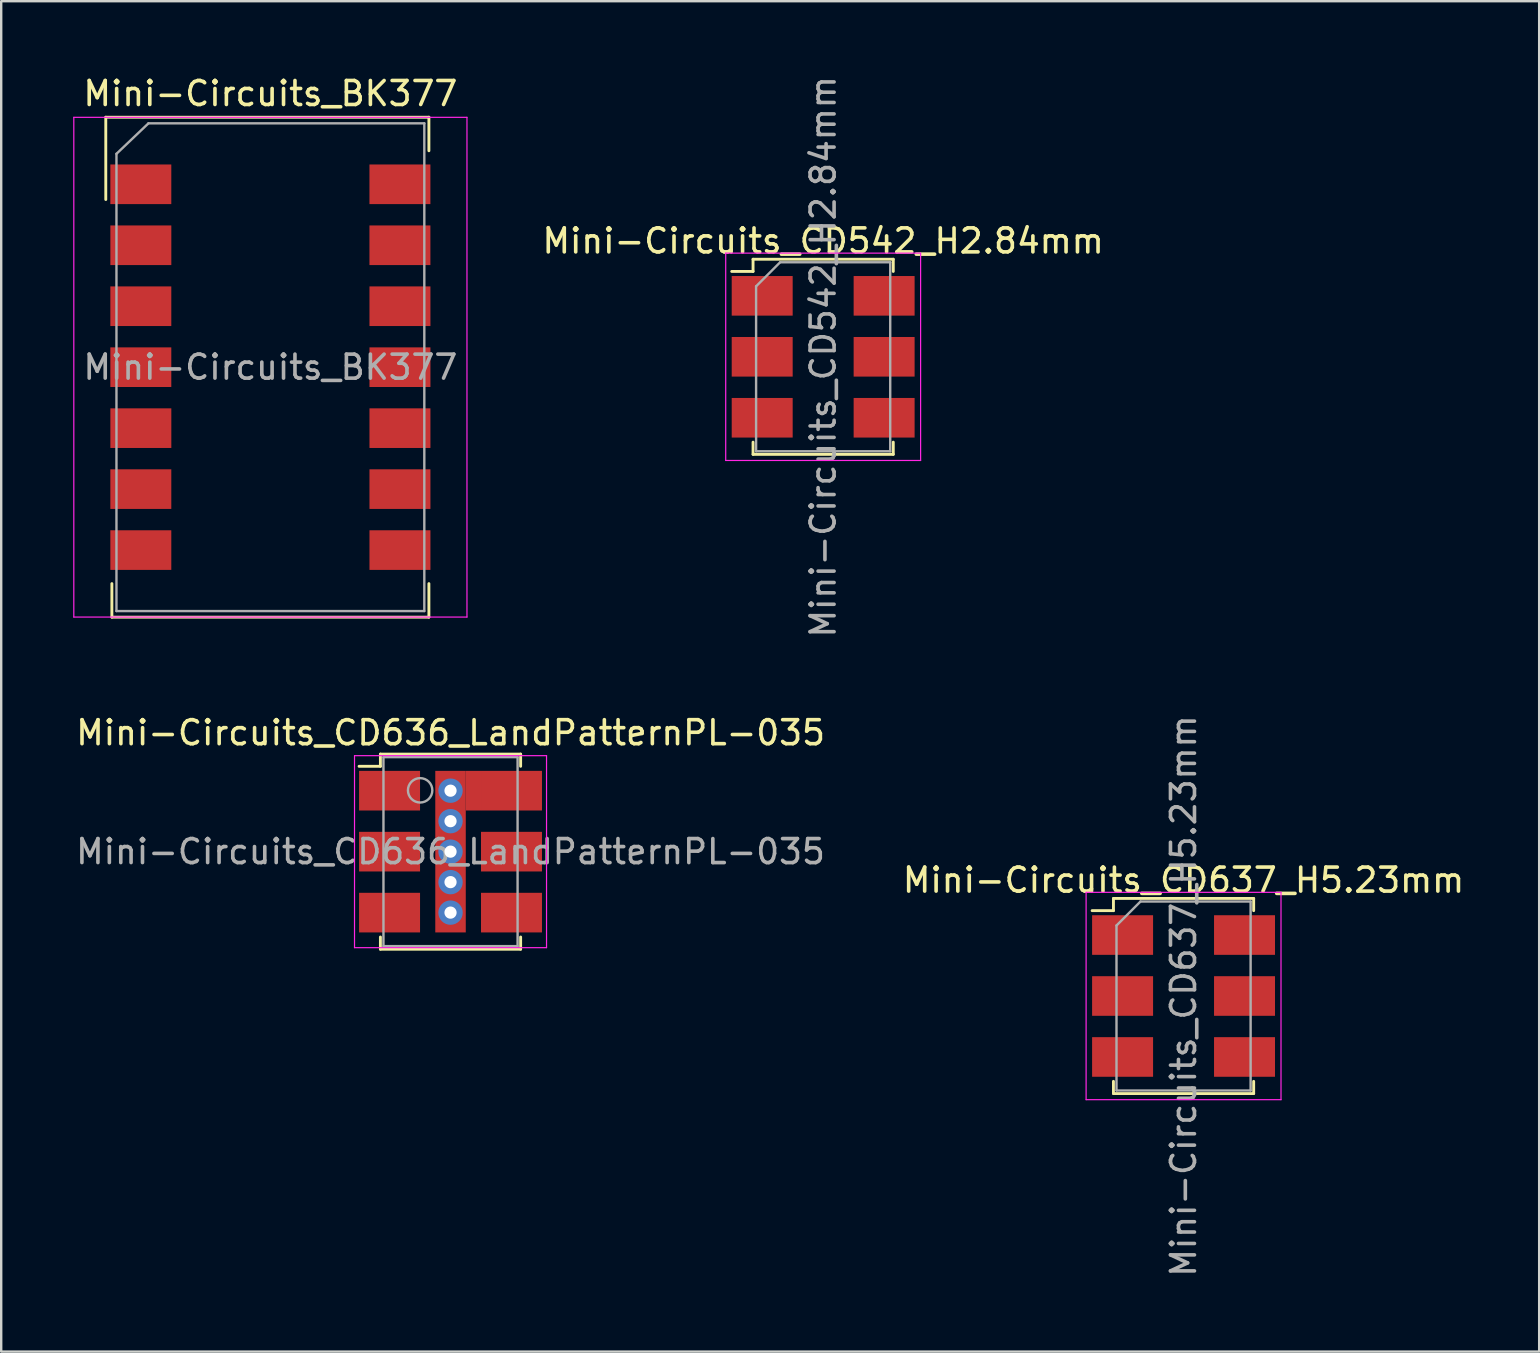
<source format=kicad_pcb>
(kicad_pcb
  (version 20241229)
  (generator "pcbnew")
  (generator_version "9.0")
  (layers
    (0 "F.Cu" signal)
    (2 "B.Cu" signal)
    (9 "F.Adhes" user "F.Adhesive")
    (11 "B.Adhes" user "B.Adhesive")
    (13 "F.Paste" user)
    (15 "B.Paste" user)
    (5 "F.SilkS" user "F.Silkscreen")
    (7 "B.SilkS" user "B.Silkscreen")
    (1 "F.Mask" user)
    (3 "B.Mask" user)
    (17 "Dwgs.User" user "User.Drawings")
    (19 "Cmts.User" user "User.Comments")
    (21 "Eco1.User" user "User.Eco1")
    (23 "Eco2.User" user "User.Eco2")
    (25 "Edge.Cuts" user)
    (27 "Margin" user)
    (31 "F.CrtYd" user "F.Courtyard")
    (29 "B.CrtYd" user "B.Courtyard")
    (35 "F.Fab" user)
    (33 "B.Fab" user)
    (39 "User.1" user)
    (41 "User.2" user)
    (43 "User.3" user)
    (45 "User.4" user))
  (footprint "Mini-Circuits_CD542_H2.84mm"
    (layer "F.Cu")
    (at 31.245 11.815)
    (property "Reference" "Mini-Circuits_CD542_H2.84mm" (at 0 -4.826 0) (layer "F.SilkS") (effects (font (size 1 1) (thickness 0.15))))
    (attr smd)
    (fp_line (start -2.921 -4.064) (end -2.921 -3.556) (stroke (width 0.12) (type solid)) (layer "F.SilkS"))
    (fp_line (start -2.921 -3.556) (end -3.81 -3.556) (stroke (width 0.12) (type solid)) (layer "F.SilkS"))
    (fp_line (start -2.921 3.556) (end -2.921 4.064) (stroke (width 0.12) (type solid)) (layer "F.SilkS"))
    (fp_line (start -2.921 4.064) (end 2.921 4.064) (stroke (width 0.12) (type solid)) (layer "F.SilkS"))
    (fp_line (start 2.921 -4.064) (end -2.921 -4.064) (stroke (width 0.12) (type solid)) (layer "F.SilkS"))
    (fp_line (start 2.921 -3.556) (end 2.921 -4.064) (stroke (width 0.12) (type solid)) (layer "F.SilkS"))
    (fp_line (start 2.921 4.064) (end 2.921 3.556) (stroke (width 0.12) (type solid)) (layer "F.SilkS"))
    (fp_line (start -4.06 4.32) (end -4.06 -4.32) (stroke (width 0.05) (type solid)) (layer "F.CrtYd"))
    (fp_line (start 4.06 -4.32) (end -4.06 -4.32) (stroke (width 0.05) (type solid)) (layer "F.CrtYd"))
    (fp_line (start 4.06 4.32) (end -4.06 4.32) (stroke (width 0.05) (type solid)) (layer "F.CrtYd"))
    (fp_line (start 4.06 4.32) (end 4.06 -4.32) (stroke (width 0.05) (type solid)) (layer "F.CrtYd"))
    (fp_line (start -2.794 3.937) (end -2.794 -2.937) (stroke (width 0.1) (type solid)) (layer "F.Fab"))
    (fp_line (start -1.794 -3.937) (end -2.794 -2.937) (stroke (width 0.1) (type solid)) (layer "F.Fab"))
    (fp_line (start -1.794 -3.937) (end 2.794 -3.937) (stroke (width 0.1) (type solid)) (layer "F.Fab"))
    (fp_line (start 2.794 -3.937) (end 2.794 3.937) (stroke (width 0.1) (type solid)) (layer "F.Fab"))
    (fp_line (start 2.794 3.937) (end -2.794 3.937) (stroke (width 0.1) (type solid)) (layer "F.Fab"))
    (fp_text user "${REFERENCE}" (at 0 0 90) (layer "F.Fab") (effects (font (size 1 1) (thickness 0.15))))
    (pad "1" smd rect (at -2.54 -2.54) (size 2.54 1.65) (layers "F.Cu" "F.Mask" "F.Paste"))
    (pad "2" smd rect (at -2.54 0) (size 2.54 1.65) (layers "F.Cu" "F.Mask" "F.Paste"))
    (pad "3" smd rect (at -2.54 2.54) (size 2.54 1.65) (layers "F.Cu" "F.Mask" "F.Paste"))
    (pad "4" smd rect (at 2.54 2.54) (size 2.54 1.65) (layers "F.Cu" "F.Mask" "F.Paste"))
    (pad "5" smd rect (at 2.54 0) (size 2.54 1.65) (layers "F.Cu" "F.Mask" "F.Paste"))
    (pad "6" smd rect (at 2.54 -2.54) (size 2.54 1.65) (layers "F.Cu" "F.Mask" "F.Paste")))
  (footprint "Mini-Circuits_CD636_LandPatternPL-035"
    (layer "F.Cu")
    (at 15.72 32.432)
    (property "Reference" "Mini-Circuits_CD636_LandPatternPL-035" (at 0.004 -4.953 0) (layer "F.SilkS") (effects (font (size 1 1) (thickness 0.15))))
    (attr smd)
    (fp_line (start -2.921 -4.064) (end -2.921 -3.556) (stroke (width 0.12) (type solid)) (layer "F.SilkS"))
    (fp_line (start -2.921 -3.556) (end -3.81 -3.556) (stroke (width 0.12) (type solid)) (layer "F.SilkS"))
    (fp_line (start -2.921 3.556) (end -2.921 4.064) (stroke (width 0.12) (type solid)) (layer "F.SilkS"))
    (fp_line (start -2.921 4.064) (end 2.921 4.064) (stroke (width 0.12) (type solid)) (layer "F.SilkS"))
    (fp_line (start 2.921 -4.064) (end -2.921 -4.064) (stroke (width 0.12) (type solid)) (layer "F.SilkS"))
    (fp_line (start 2.921 -3.556) (end 2.921 -4.064) (stroke (width 0.12) (type solid)) (layer "F.SilkS"))
    (fp_line (start 2.921 4.064) (end 2.921 3.556) (stroke (width 0.12) (type solid)) (layer "F.SilkS"))
    (fp_line (start -4 -4) (end -4 4) (stroke (width 0.05) (type solid)) (layer "F.CrtYd"))
    (fp_line (start -4 4) (end 4 4) (stroke (width 0.05) (type solid)) (layer "F.CrtYd"))
    (fp_line (start 4 -4) (end -4 -4) (stroke (width 0.05) (type solid)) (layer "F.CrtYd"))
    (fp_line (start 4 4) (end 4 -4) (stroke (width 0.05) (type solid)) (layer "F.CrtYd"))
    (fp_line (start -2.794 -3.937) (end -2.794 3.937) (stroke (width 0.1) (type solid)) (layer "F.Fab"))
    (fp_line (start -2.794 3.937) (end 2.794 3.937) (stroke (width 0.1) (type solid)) (layer "F.Fab"))
    (fp_line (start 2.794 -3.937) (end -2.794 -3.937) (stroke (width 0.1) (type solid)) (layer "F.Fab"))
    (fp_line (start 2.794 -3.937) (end 2.794 3.937) (stroke (width 0.1) (type solid)) (layer "F.Fab"))
    (fp_circle (center -1.266 -2.555) (end -0.758 -2.555) (stroke (width 0.1) (type solid)) (fill no) (layer "F.Fab"))
    (fp_text user "${REFERENCE}" (at 0 0 0) (layer "F.Fab") (effects (font (size 1 1) (thickness 0.15))))
    (pad "1" smd rect (at -2.54 -2.54 270) (size 1.651 2.54) (layers "F.Cu" "F.Mask" "F.Paste"))
    (pad "2" smd rect (at -2.54 0 270) (size 1.651 2.54) (layers "F.Cu" "F.Mask" "F.Paste"))
    (pad "3" smd rect (at -2.54 2.54 270) (size 1.651 2.54) (layers "F.Cu" "F.Mask" "F.Paste"))
    (pad "4" smd rect (at 2.54 2.54 270) (size 1.651 2.54) (layers "F.Cu" "F.Mask" "F.Paste"))
    (pad "5" smd rect (at 2.54 0 270) (size 1.651 2.54) (layers "F.Cu" "F.Mask" "F.Paste"))
    (pad "6" thru_hole circle (at 0 -2.54 270) (size 1.016 1.016) (drill 0.508) (layers "*.Cu"))
    (pad "6" thru_hole circle (at 0 -1.27 270) (size 1.016 1.016) (drill 0.508) (layers "*.Cu"))
    (pad "6" thru_hole circle (at 0 0 270) (size 1.016 1.016) (drill 0.508) (layers "*.Cu"))
    (pad "6" smd rect (at 0 0 270) (size 6.731 1.27) (layers "F.Cu"))
    (pad "6" thru_hole circle (at 0 1.27 270) (size 1.016 1.016) (drill 0.508) (layers "*.Cu"))
    (pad "6" thru_hole circle (at 0 2.54 270) (size 1.016 1.016) (drill 0.508) (layers "*.Cu"))
    (pad "6" smd rect (at 0.953 -2.54 270) (size 1.651 0.635) (layers "F.Cu"))
    (pad "6" smd rect (at 2.54 -2.54 270) (size 1.651 2.54) (layers "F.Cu" "F.Mask" "F.Paste")))
  (footprint "Mini-Circuits_BK377"
    (layer "F.Cu")
    (at 8.215 12.248)
    (property "Reference" "Mini-Circuits_BK377" (at 0 -11.4 0) (layer "F.SilkS") (effects (font (size 1 1) (thickness 0.15))))
    (attr smd)
    (fp_line (start -6.858 -10.414) (end 6.604 -10.414) (stroke (width 0.12) (type solid)) (layer "F.SilkS"))
    (fp_line (start -6.858 -6.985) (end -6.858 -10.414) (stroke (width 0.12) (type solid)) (layer "F.SilkS"))
    (fp_line (start -6.604 9.017) (end -6.604 10.414) (stroke (width 0.12) (type solid)) (layer "F.SilkS"))
    (fp_line (start -6.604 10.414) (end 6.604 10.414) (stroke (width 0.12) (type solid)) (layer "F.SilkS"))
    (fp_line (start 6.604 -10.414) (end 6.604 -9.017) (stroke (width 0.12) (type solid)) (layer "F.SilkS"))
    (fp_line (start 6.604 10.414) (end 6.604 9.017) (stroke (width 0.12) (type solid)) (layer "F.SilkS"))
    (fp_line (start -8.19 -10.41) (end -8.19 10.41) (stroke (width 0.05) (type solid)) (layer "F.CrtYd"))
    (fp_line (start -8.19 -10.41) (end 8.19 -10.41) (stroke (width 0.05) (type solid)) (layer "F.CrtYd"))
    (fp_line (start 8.19 10.41) (end -8.19 10.41) (stroke (width 0.05) (type solid)) (layer "F.CrtYd"))
    (fp_line (start 8.19 10.41) (end 8.19 -10.41) (stroke (width 0.05) (type solid)) (layer "F.CrtYd"))
    (fp_line (start -6.413 -8.89) (end -6.413 10.16) (stroke (width 0.1) (type solid)) (layer "F.Fab"))
    (fp_line (start -6.413 10.16) (end 6.413 10.16) (stroke (width 0.1) (type solid)) (layer "F.Fab"))
    (fp_line (start -5.08 -10.16) (end -6.413 -8.89) (stroke (width 0.1) (type solid)) (layer "F.Fab"))
    (fp_line (start 6.413 -10.16) (end -5.08 -10.16) (stroke (width 0.1) (type solid)) (layer "F.Fab"))
    (fp_line (start 6.413 10.16) (end 6.413 -10.16) (stroke (width 0.1) (type solid)) (layer "F.Fab"))
    (fp_text user "${REFERENCE}" (at 0 0 0) (layer "F.Fab") (effects (font (size 1 1) (thickness 0.15))))
    (pad "1" smd rect (at -6.668 -7.62) (size 2.54 1.651) (drill (offset 1.27 0)) (layers "F.Cu" "F.Mask" "F.Paste"))
    (pad "2" smd rect (at -5.397 -5.08) (size 2.54 1.651) (layers "F.Cu" "F.Mask" "F.Paste"))
    (pad "3" smd rect (at -6.668 -2.54) (size 2.54 1.651) (drill (offset 1.27 0)) (layers "F.Cu" "F.Mask" "F.Paste"))
    (pad "4" smd rect (at -6.668 0) (size 2.54 1.651) (drill (offset 1.27 0)) (layers "F.Cu" "F.Mask" "F.Paste"))
    (pad "5" smd rect (at -5.397 2.54) (size 2.54 1.651) (layers "F.Cu" "F.Mask" "F.Paste"))
    (pad "6" smd rect (at -6.668 5.08) (size 2.54 1.651) (drill (offset 1.27 0)) (layers "F.Cu" "F.Mask" "F.Paste"))
    (pad "7" smd rect (at -6.668 7.62) (size 2.54 1.651) (drill (offset 1.27 0)) (layers "F.Cu" "F.Mask" "F.Paste"))
    (pad "8" smd rect (at 6.668 7.62) (size 2.54 1.651) (drill (offset -1.27 0)) (layers "F.Cu" "F.Mask" "F.Paste"))
    (pad "9" smd rect (at 6.668 5.08) (size 2.54 1.651) (drill (offset -1.27 0)) (layers "F.Cu" "F.Mask" "F.Paste"))
    (pad "10" smd rect (at 6.668 2.54) (size 2.54 1.651) (drill (offset -1.27 0)) (layers "F.Cu" "F.Mask" "F.Paste"))
    (pad "11" smd rect (at 6.668 0) (size 2.54 1.651) (drill (offset -1.27 0)) (layers "F.Cu" "F.Mask" "F.Paste"))
    (pad "12" smd rect (at 6.668 -2.54) (size 2.54 1.651) (drill (offset -1.27 0)) (layers "F.Cu" "F.Mask" "F.Paste"))
    (pad "13" smd rect (at 5.397 -5.08) (size 2.54 1.651) (layers "F.Cu" "F.Mask" "F.Paste"))
    (pad "14" smd rect (at 5.397 -7.62) (size 2.54 1.651) (layers "F.Cu" "F.Mask" "F.Paste")))
  (footprint "Mini-Circuits_CD637_H5.23mm"
    (layer "F.Cu")
    (at 46.26 38.446)
    (property "Reference" "Mini-Circuits_CD637_H5.23mm" (at 0 -4.826 0) (layer "F.SilkS") (effects (font (size 1 1) (thickness 0.15))))
    (attr smd)
    (fp_line (start -2.921 -4.064) (end -2.921 -3.556) (stroke (width 0.12) (type solid)) (layer "F.SilkS"))
    (fp_line (start -2.921 -3.556) (end -3.81 -3.556) (stroke (width 0.12) (type solid)) (layer "F.SilkS"))
    (fp_line (start -2.921 3.556) (end -2.921 4.064) (stroke (width 0.12) (type solid)) (layer "F.SilkS"))
    (fp_line (start -2.921 4.064) (end 2.921 4.064) (stroke (width 0.12) (type solid)) (layer "F.SilkS"))
    (fp_line (start 2.921 -4.064) (end -2.921 -4.064) (stroke (width 0.12) (type solid)) (layer "F.SilkS"))
    (fp_line (start 2.921 -3.556) (end 2.921 -4.064) (stroke (width 0.12) (type solid)) (layer "F.SilkS"))
    (fp_line (start 2.921 4.064) (end 2.921 3.556) (stroke (width 0.12) (type solid)) (layer "F.SilkS"))
    (fp_line (start -4.06 4.32) (end -4.06 -4.32) (stroke (width 0.05) (type solid)) (layer "F.CrtYd"))
    (fp_line (start 4.06 -4.32) (end -4.06 -4.32) (stroke (width 0.05) (type solid)) (layer "F.CrtYd"))
    (fp_line (start 4.06 4.32) (end -4.06 4.32) (stroke (width 0.05) (type solid)) (layer "F.CrtYd"))
    (fp_line (start 4.06 4.32) (end 4.06 -4.32) (stroke (width 0.05) (type solid)) (layer "F.CrtYd"))
    (fp_line (start -2.794 3.937) (end -2.794 -2.937) (stroke (width 0.1) (type solid)) (layer "F.Fab"))
    (fp_line (start -1.794 -3.937) (end -2.794 -2.937) (stroke (width 0.1) (type solid)) (layer "F.Fab"))
    (fp_line (start -1.794 -3.937) (end 2.794 -3.937) (stroke (width 0.1) (type solid)) (layer "F.Fab"))
    (fp_line (start 2.794 -3.937) (end 2.794 3.937) (stroke (width 0.1) (type solid)) (layer "F.Fab"))
    (fp_line (start 2.794 3.937) (end -2.794 3.937) (stroke (width 0.1) (type solid)) (layer "F.Fab"))
    (fp_text user "${REFERENCE}" (at 0 0 90) (layer "F.Fab") (effects (font (size 1 1) (thickness 0.15))))
    (pad "1" smd rect (at -2.54 -2.54) (size 2.54 1.65) (layers "F.Cu" "F.Mask" "F.Paste"))
    (pad "2" smd rect (at -2.54 0) (size 2.54 1.65) (layers "F.Cu" "F.Mask" "F.Paste"))
    (pad "3" smd rect (at -2.54 2.54) (size 2.54 1.65) (layers "F.Cu" "F.Mask" "F.Paste"))
    (pad "4" smd rect (at 2.54 2.54) (size 2.54 1.65) (layers "F.Cu" "F.Mask" "F.Paste"))
    (pad "5" smd rect (at 2.54 0) (size 2.54 1.65) (layers "F.Cu" "F.Mask" "F.Paste"))
    (pad "6" smd rect (at 2.54 -2.54) (size 2.54 1.65) (layers "F.Cu" "F.Mask" "F.Paste")))
  (gr_rect
    (start -3 -3)
    (end 61.076 53.262)
    (stroke (width 0.1) (type default))
    (fill no)
    (layer "Edge.Cuts")))
</source>
